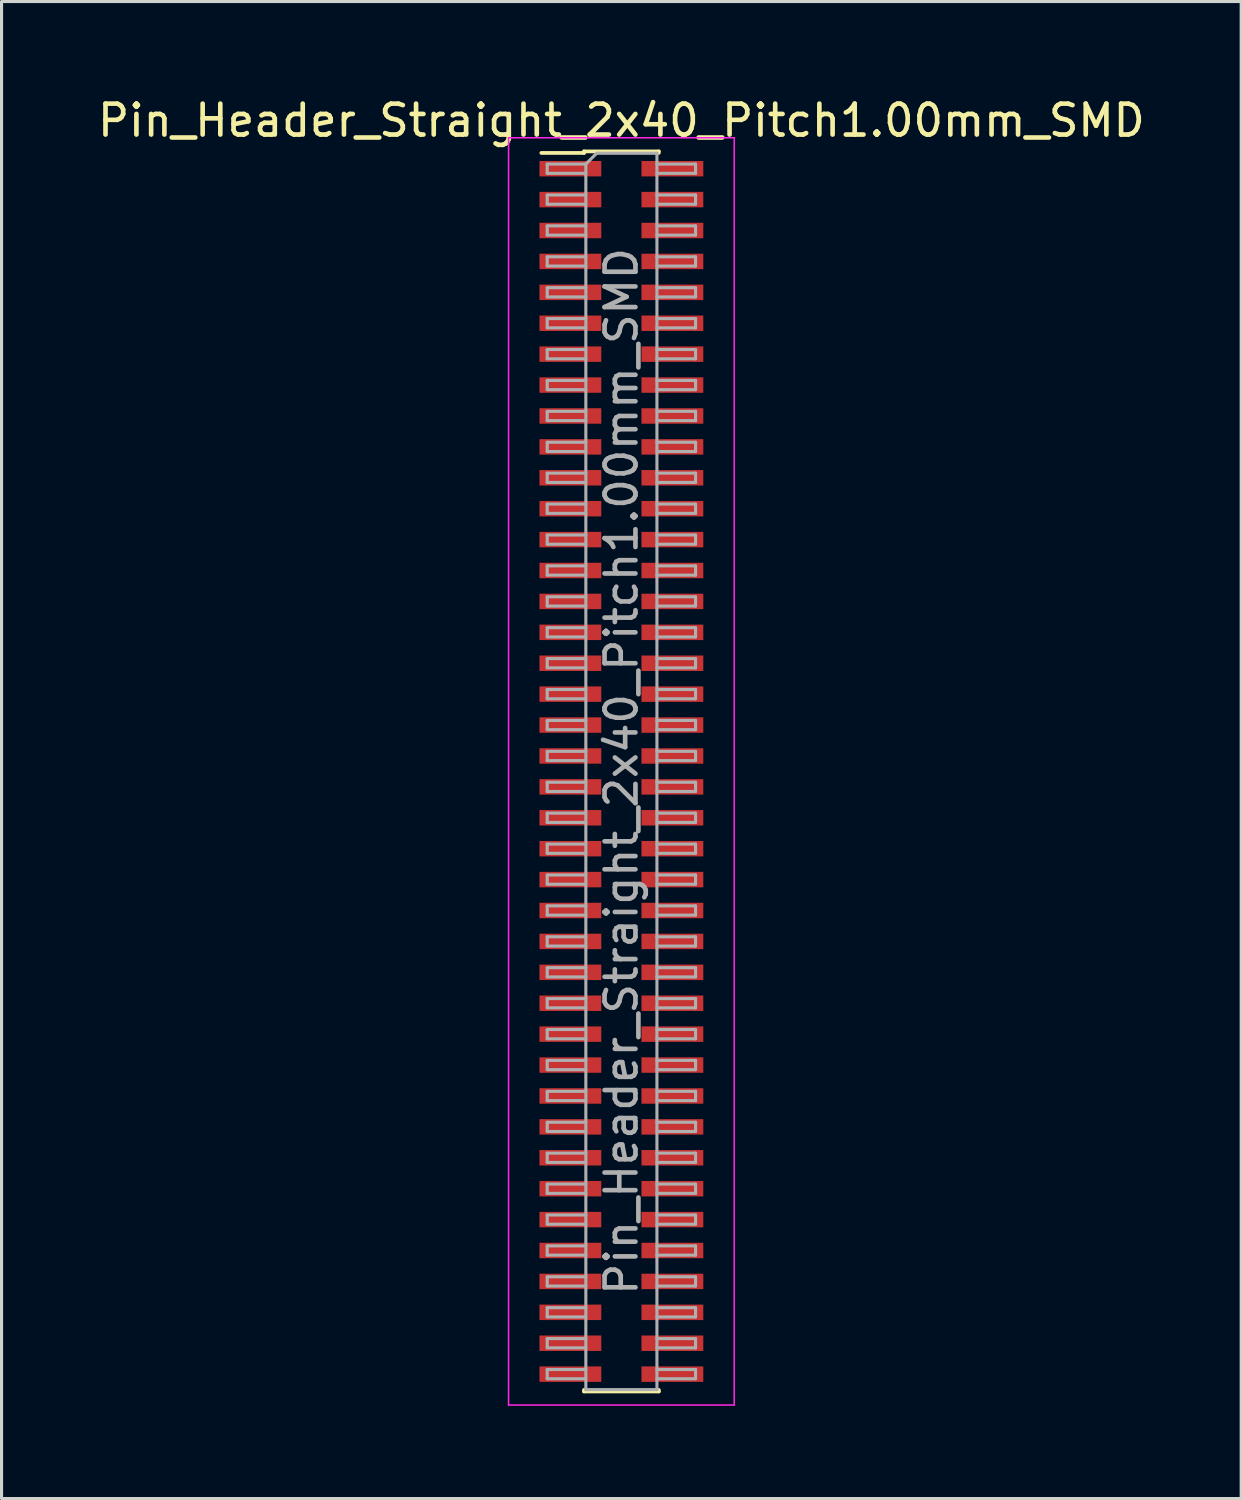
<source format=kicad_pcb>
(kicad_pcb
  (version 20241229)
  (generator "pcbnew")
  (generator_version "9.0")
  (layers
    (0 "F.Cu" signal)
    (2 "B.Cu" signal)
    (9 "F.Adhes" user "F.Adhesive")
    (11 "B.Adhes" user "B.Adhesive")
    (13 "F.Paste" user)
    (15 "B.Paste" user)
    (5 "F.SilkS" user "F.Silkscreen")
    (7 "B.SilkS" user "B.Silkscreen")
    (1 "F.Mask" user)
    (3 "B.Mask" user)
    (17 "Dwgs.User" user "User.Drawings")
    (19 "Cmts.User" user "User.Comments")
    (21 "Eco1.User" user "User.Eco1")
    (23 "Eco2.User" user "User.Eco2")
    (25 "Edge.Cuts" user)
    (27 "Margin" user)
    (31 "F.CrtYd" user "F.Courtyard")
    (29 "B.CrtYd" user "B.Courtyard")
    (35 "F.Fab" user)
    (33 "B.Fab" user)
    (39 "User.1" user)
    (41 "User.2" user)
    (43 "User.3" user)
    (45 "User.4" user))
  (footprint "Pin_Header_Straight_2x40_Pitch1.00mm_SMD"
    (layer "F.Cu")
    (at 17.054 21.908)
    (property "Reference" "Pin_Header_Straight_2x40_Pitch1.00mm_SMD" (at 0 -21.06 0) (layer "F.SilkS") (effects (font (size 1 1) (thickness 0.15))))
    (attr smd)
    (fp_line (start -2.59 -20.01) (end -1.21 -20.01) (stroke (width 0.12) (type solid)) (layer "F.SilkS"))
    (fp_line (start -1.21 -20.06) (end -1.21 -20.01) (stroke (width 0.12) (type solid)) (layer "F.SilkS"))
    (fp_line (start -1.21 -20.06) (end 1.21 -20.06) (stroke (width 0.12) (type solid)) (layer "F.SilkS"))
    (fp_line (start -1.21 20.01) (end -1.21 20.06) (stroke (width 0.12) (type solid)) (layer "F.SilkS"))
    (fp_line (start -1.21 20.06) (end 1.21 20.06) (stroke (width 0.12) (type solid)) (layer "F.SilkS"))
    (fp_line (start 1.21 -20.06) (end 1.21 -20.01) (stroke (width 0.12) (type solid)) (layer "F.SilkS"))
    (fp_line (start 1.21 20.01) (end 1.21 20.06) (stroke (width 0.12) (type solid)) (layer "F.SilkS"))
    (fp_line (start -3.65 -20.5) (end -3.65 20.5) (stroke (width 0.05) (type solid)) (layer "F.CrtYd"))
    (fp_line (start -3.65 20.5) (end 3.65 20.5) (stroke (width 0.05) (type solid)) (layer "F.CrtYd"))
    (fp_line (start 3.65 -20.5) (end -3.65 -20.5) (stroke (width 0.05) (type solid)) (layer "F.CrtYd"))
    (fp_line (start 3.65 20.5) (end 3.65 -20.5) (stroke (width 0.05) (type solid)) (layer "F.CrtYd"))
    (fp_line (start -2.4 -19.65) (end -2.4 -19.35) (stroke (width 0.1) (type solid)) (layer "F.Fab"))
    (fp_line (start -2.4 -19.35) (end -1.15 -19.35) (stroke (width 0.1) (type solid)) (layer "F.Fab"))
    (fp_line (start -2.4 -18.65) (end -2.4 -18.35) (stroke (width 0.1) (type solid)) (layer "F.Fab"))
    (fp_line (start -2.4 -18.35) (end -1.15 -18.35) (stroke (width 0.1) (type solid)) (layer "F.Fab"))
    (fp_line (start -2.4 -17.65) (end -2.4 -17.35) (stroke (width 0.1) (type solid)) (layer "F.Fab"))
    (fp_line (start -2.4 -17.35) (end -1.15 -17.35) (stroke (width 0.1) (type solid)) (layer "F.Fab"))
    (fp_line (start -2.4 -16.65) (end -2.4 -16.35) (stroke (width 0.1) (type solid)) (layer "F.Fab"))
    (fp_line (start -2.4 -16.35) (end -1.15 -16.35) (stroke (width 0.1) (type solid)) (layer "F.Fab"))
    (fp_line (start -2.4 -15.65) (end -2.4 -15.35) (stroke (width 0.1) (type solid)) (layer "F.Fab"))
    (fp_line (start -2.4 -15.35) (end -1.15 -15.35) (stroke (width 0.1) (type solid)) (layer "F.Fab"))
    (fp_line (start -2.4 -14.65) (end -2.4 -14.35) (stroke (width 0.1) (type solid)) (layer "F.Fab"))
    (fp_line (start -2.4 -14.35) (end -1.15 -14.35) (stroke (width 0.1) (type solid)) (layer "F.Fab"))
    (fp_line (start -2.4 -13.65) (end -2.4 -13.35) (stroke (width 0.1) (type solid)) (layer "F.Fab"))
    (fp_line (start -2.4 -13.35) (end -1.15 -13.35) (stroke (width 0.1) (type solid)) (layer "F.Fab"))
    (fp_line (start -2.4 -12.65) (end -2.4 -12.35) (stroke (width 0.1) (type solid)) (layer "F.Fab"))
    (fp_line (start -2.4 -12.35) (end -1.15 -12.35) (stroke (width 0.1) (type solid)) (layer "F.Fab"))
    (fp_line (start -2.4 -11.65) (end -2.4 -11.35) (stroke (width 0.1) (type solid)) (layer "F.Fab"))
    (fp_line (start -2.4 -11.35) (end -1.15 -11.35) (stroke (width 0.1) (type solid)) (layer "F.Fab"))
    (fp_line (start -2.4 -10.65) (end -2.4 -10.35) (stroke (width 0.1) (type solid)) (layer "F.Fab"))
    (fp_line (start -2.4 -10.35) (end -1.15 -10.35) (stroke (width 0.1) (type solid)) (layer "F.Fab"))
    (fp_line (start -2.4 -9.65) (end -2.4 -9.35) (stroke (width 0.1) (type solid)) (layer "F.Fab"))
    (fp_line (start -2.4 -9.35) (end -1.15 -9.35) (stroke (width 0.1) (type solid)) (layer "F.Fab"))
    (fp_line (start -2.4 -8.65) (end -2.4 -8.35) (stroke (width 0.1) (type solid)) (layer "F.Fab"))
    (fp_line (start -2.4 -8.35) (end -1.15 -8.35) (stroke (width 0.1) (type solid)) (layer "F.Fab"))
    (fp_line (start -2.4 -7.65) (end -2.4 -7.35) (stroke (width 0.1) (type solid)) (layer "F.Fab"))
    (fp_line (start -2.4 -7.35) (end -1.15 -7.35) (stroke (width 0.1) (type solid)) (layer "F.Fab"))
    (fp_line (start -2.4 -6.65) (end -2.4 -6.35) (stroke (width 0.1) (type solid)) (layer "F.Fab"))
    (fp_line (start -2.4 -6.35) (end -1.15 -6.35) (stroke (width 0.1) (type solid)) (layer "F.Fab"))
    (fp_line (start -2.4 -5.65) (end -2.4 -5.35) (stroke (width 0.1) (type solid)) (layer "F.Fab"))
    (fp_line (start -2.4 -5.35) (end -1.15 -5.35) (stroke (width 0.1) (type solid)) (layer "F.Fab"))
    (fp_line (start -2.4 -4.65) (end -2.4 -4.35) (stroke (width 0.1) (type solid)) (layer "F.Fab"))
    (fp_line (start -2.4 -4.35) (end -1.15 -4.35) (stroke (width 0.1) (type solid)) (layer "F.Fab"))
    (fp_line (start -2.4 -3.65) (end -2.4 -3.35) (stroke (width 0.1) (type solid)) (layer "F.Fab"))
    (fp_line (start -2.4 -3.35) (end -1.15 -3.35) (stroke (width 0.1) (type solid)) (layer "F.Fab"))
    (fp_line (start -2.4 -2.65) (end -2.4 -2.35) (stroke (width 0.1) (type solid)) (layer "F.Fab"))
    (fp_line (start -2.4 -2.35) (end -1.15 -2.35) (stroke (width 0.1) (type solid)) (layer "F.Fab"))
    (fp_line (start -2.4 -1.65) (end -2.4 -1.35) (stroke (width 0.1) (type solid)) (layer "F.Fab"))
    (fp_line (start -2.4 -1.35) (end -1.15 -1.35) (stroke (width 0.1) (type solid)) (layer "F.Fab"))
    (fp_line (start -2.4 -0.65) (end -2.4 -0.35) (stroke (width 0.1) (type solid)) (layer "F.Fab"))
    (fp_line (start -2.4 -0.35) (end -1.15 -0.35) (stroke (width 0.1) (type solid)) (layer "F.Fab"))
    (fp_line (start -2.4 0.35) (end -2.4 0.65) (stroke (width 0.1) (type solid)) (layer "F.Fab"))
    (fp_line (start -2.4 0.65) (end -1.15 0.65) (stroke (width 0.1) (type solid)) (layer "F.Fab"))
    (fp_line (start -2.4 1.35) (end -2.4 1.65) (stroke (width 0.1) (type solid)) (layer "F.Fab"))
    (fp_line (start -2.4 1.65) (end -1.15 1.65) (stroke (width 0.1) (type solid)) (layer "F.Fab"))
    (fp_line (start -2.4 2.35) (end -2.4 2.65) (stroke (width 0.1) (type solid)) (layer "F.Fab"))
    (fp_line (start -2.4 2.65) (end -1.15 2.65) (stroke (width 0.1) (type solid)) (layer "F.Fab"))
    (fp_line (start -2.4 3.35) (end -2.4 3.65) (stroke (width 0.1) (type solid)) (layer "F.Fab"))
    (fp_line (start -2.4 3.65) (end -1.15 3.65) (stroke (width 0.1) (type solid)) (layer "F.Fab"))
    (fp_line (start -2.4 4.35) (end -2.4 4.65) (stroke (width 0.1) (type solid)) (layer "F.Fab"))
    (fp_line (start -2.4 4.65) (end -1.15 4.65) (stroke (width 0.1) (type solid)) (layer "F.Fab"))
    (fp_line (start -2.4 5.35) (end -2.4 5.65) (stroke (width 0.1) (type solid)) (layer "F.Fab"))
    (fp_line (start -2.4 5.65) (end -1.15 5.65) (stroke (width 0.1) (type solid)) (layer "F.Fab"))
    (fp_line (start -2.4 6.35) (end -2.4 6.65) (stroke (width 0.1) (type solid)) (layer "F.Fab"))
    (fp_line (start -2.4 6.65) (end -1.15 6.65) (stroke (width 0.1) (type solid)) (layer "F.Fab"))
    (fp_line (start -2.4 7.35) (end -2.4 7.65) (stroke (width 0.1) (type solid)) (layer "F.Fab"))
    (fp_line (start -2.4 7.65) (end -1.15 7.65) (stroke (width 0.1) (type solid)) (layer "F.Fab"))
    (fp_line (start -2.4 8.35) (end -2.4 8.65) (stroke (width 0.1) (type solid)) (layer "F.Fab"))
    (fp_line (start -2.4 8.65) (end -1.15 8.65) (stroke (width 0.1) (type solid)) (layer "F.Fab"))
    (fp_line (start -2.4 9.35) (end -2.4 9.65) (stroke (width 0.1) (type solid)) (layer "F.Fab"))
    (fp_line (start -2.4 9.65) (end -1.15 9.65) (stroke (width 0.1) (type solid)) (layer "F.Fab"))
    (fp_line (start -2.4 10.35) (end -2.4 10.65) (stroke (width 0.1) (type solid)) (layer "F.Fab"))
    (fp_line (start -2.4 10.65) (end -1.15 10.65) (stroke (width 0.1) (type solid)) (layer "F.Fab"))
    (fp_line (start -2.4 11.35) (end -2.4 11.65) (stroke (width 0.1) (type solid)) (layer "F.Fab"))
    (fp_line (start -2.4 11.65) (end -1.15 11.65) (stroke (width 0.1) (type solid)) (layer "F.Fab"))
    (fp_line (start -2.4 12.35) (end -2.4 12.65) (stroke (width 0.1) (type solid)) (layer "F.Fab"))
    (fp_line (start -2.4 12.65) (end -1.15 12.65) (stroke (width 0.1) (type solid)) (layer "F.Fab"))
    (fp_line (start -2.4 13.35) (end -2.4 13.65) (stroke (width 0.1) (type solid)) (layer "F.Fab"))
    (fp_line (start -2.4 13.65) (end -1.15 13.65) (stroke (width 0.1) (type solid)) (layer "F.Fab"))
    (fp_line (start -2.4 14.35) (end -2.4 14.65) (stroke (width 0.1) (type solid)) (layer "F.Fab"))
    (fp_line (start -2.4 14.65) (end -1.15 14.65) (stroke (width 0.1) (type solid)) (layer "F.Fab"))
    (fp_line (start -2.4 15.35) (end -2.4 15.65) (stroke (width 0.1) (type solid)) (layer "F.Fab"))
    (fp_line (start -2.4 15.65) (end -1.15 15.65) (stroke (width 0.1) (type solid)) (layer "F.Fab"))
    (fp_line (start -2.4 16.35) (end -2.4 16.65) (stroke (width 0.1) (type solid)) (layer "F.Fab"))
    (fp_line (start -2.4 16.65) (end -1.15 16.65) (stroke (width 0.1) (type solid)) (layer "F.Fab"))
    (fp_line (start -2.4 17.35) (end -2.4 17.65) (stroke (width 0.1) (type solid)) (layer "F.Fab"))
    (fp_line (start -2.4 17.65) (end -1.15 17.65) (stroke (width 0.1) (type solid)) (layer "F.Fab"))
    (fp_line (start -2.4 18.35) (end -2.4 18.65) (stroke (width 0.1) (type solid)) (layer "F.Fab"))
    (fp_line (start -2.4 18.65) (end -1.15 18.65) (stroke (width 0.1) (type solid)) (layer "F.Fab"))
    (fp_line (start -2.4 19.35) (end -2.4 19.65) (stroke (width 0.1) (type solid)) (layer "F.Fab"))
    (fp_line (start -2.4 19.65) (end -1.15 19.65) (stroke (width 0.1) (type solid)) (layer "F.Fab"))
    (fp_line (start -1.15 -19.65) (end -2.4 -19.65) (stroke (width 0.1) (type solid)) (layer "F.Fab"))
    (fp_line (start -1.15 -19.65) (end -0.8 -20) (stroke (width 0.1) (type solid)) (layer "F.Fab"))
    (fp_line (start -1.15 -18.65) (end -2.4 -18.65) (stroke (width 0.1) (type solid)) (layer "F.Fab"))
    (fp_line (start -1.15 -17.65) (end -2.4 -17.65) (stroke (width 0.1) (type solid)) (layer "F.Fab"))
    (fp_line (start -1.15 -16.65) (end -2.4 -16.65) (stroke (width 0.1) (type solid)) (layer "F.Fab"))
    (fp_line (start -1.15 -15.65) (end -2.4 -15.65) (stroke (width 0.1) (type solid)) (layer "F.Fab"))
    (fp_line (start -1.15 -14.65) (end -2.4 -14.65) (stroke (width 0.1) (type solid)) (layer "F.Fab"))
    (fp_line (start -1.15 -13.65) (end -2.4 -13.65) (stroke (width 0.1) (type solid)) (layer "F.Fab"))
    (fp_line (start -1.15 -12.65) (end -2.4 -12.65) (stroke (width 0.1) (type solid)) (layer "F.Fab"))
    (fp_line (start -1.15 -11.65) (end -2.4 -11.65) (stroke (width 0.1) (type solid)) (layer "F.Fab"))
    (fp_line (start -1.15 -10.65) (end -2.4 -10.65) (stroke (width 0.1) (type solid)) (layer "F.Fab"))
    (fp_line (start -1.15 -9.65) (end -2.4 -9.65) (stroke (width 0.1) (type solid)) (layer "F.Fab"))
    (fp_line (start -1.15 -8.65) (end -2.4 -8.65) (stroke (width 0.1) (type solid)) (layer "F.Fab"))
    (fp_line (start -1.15 -7.65) (end -2.4 -7.65) (stroke (width 0.1) (type solid)) (layer "F.Fab"))
    (fp_line (start -1.15 -6.65) (end -2.4 -6.65) (stroke (width 0.1) (type solid)) (layer "F.Fab"))
    (fp_line (start -1.15 -5.65) (end -2.4 -5.65) (stroke (width 0.1) (type solid)) (layer "F.Fab"))
    (fp_line (start -1.15 -4.65) (end -2.4 -4.65) (stroke (width 0.1) (type solid)) (layer "F.Fab"))
    (fp_line (start -1.15 -3.65) (end -2.4 -3.65) (stroke (width 0.1) (type solid)) (layer "F.Fab"))
    (fp_line (start -1.15 -2.65) (end -2.4 -2.65) (stroke (width 0.1) (type solid)) (layer "F.Fab"))
    (fp_line (start -1.15 -1.65) (end -2.4 -1.65) (stroke (width 0.1) (type solid)) (layer "F.Fab"))
    (fp_line (start -1.15 -0.65) (end -2.4 -0.65) (stroke (width 0.1) (type solid)) (layer "F.Fab"))
    (fp_line (start -1.15 0.35) (end -2.4 0.35) (stroke (width 0.1) (type solid)) (layer "F.Fab"))
    (fp_line (start -1.15 1.35) (end -2.4 1.35) (stroke (width 0.1) (type solid)) (layer "F.Fab"))
    (fp_line (start -1.15 2.35) (end -2.4 2.35) (stroke (width 0.1) (type solid)) (layer "F.Fab"))
    (fp_line (start -1.15 3.35) (end -2.4 3.35) (stroke (width 0.1) (type solid)) (layer "F.Fab"))
    (fp_line (start -1.15 4.35) (end -2.4 4.35) (stroke (width 0.1) (type solid)) (layer "F.Fab"))
    (fp_line (start -1.15 5.35) (end -2.4 5.35) (stroke (width 0.1) (type solid)) (layer "F.Fab"))
    (fp_line (start -1.15 6.35) (end -2.4 6.35) (stroke (width 0.1) (type solid)) (layer "F.Fab"))
    (fp_line (start -1.15 7.35) (end -2.4 7.35) (stroke (width 0.1) (type solid)) (layer "F.Fab"))
    (fp_line (start -1.15 8.35) (end -2.4 8.35) (stroke (width 0.1) (type solid)) (layer "F.Fab"))
    (fp_line (start -1.15 9.35) (end -2.4 9.35) (stroke (width 0.1) (type solid)) (layer "F.Fab"))
    (fp_line (start -1.15 10.35) (end -2.4 10.35) (stroke (width 0.1) (type solid)) (layer "F.Fab"))
    (fp_line (start -1.15 11.35) (end -2.4 11.35) (stroke (width 0.1) (type solid)) (layer "F.Fab"))
    (fp_line (start -1.15 12.35) (end -2.4 12.35) (stroke (width 0.1) (type solid)) (layer "F.Fab"))
    (fp_line (start -1.15 13.35) (end -2.4 13.35) (stroke (width 0.1) (type solid)) (layer "F.Fab"))
    (fp_line (start -1.15 14.35) (end -2.4 14.35) (stroke (width 0.1) (type solid)) (layer "F.Fab"))
    (fp_line (start -1.15 15.35) (end -2.4 15.35) (stroke (width 0.1) (type solid)) (layer "F.Fab"))
    (fp_line (start -1.15 16.35) (end -2.4 16.35) (stroke (width 0.1) (type solid)) (layer "F.Fab"))
    (fp_line (start -1.15 17.35) (end -2.4 17.35) (stroke (width 0.1) (type solid)) (layer "F.Fab"))
    (fp_line (start -1.15 18.35) (end -2.4 18.35) (stroke (width 0.1) (type solid)) (layer "F.Fab"))
    (fp_line (start -1.15 19.35) (end -2.4 19.35) (stroke (width 0.1) (type solid)) (layer "F.Fab"))
    (fp_line (start -1.15 20) (end -1.15 -19.65) (stroke (width 0.1) (type solid)) (layer "F.Fab"))
    (fp_line (start -0.8 -20) (end 1.15 -20) (stroke (width 0.1) (type solid)) (layer "F.Fab"))
    (fp_line (start 1.15 -20) (end 1.15 20) (stroke (width 0.1) (type solid)) (layer "F.Fab"))
    (fp_line (start 1.15 -19.65) (end 2.4 -19.65) (stroke (width 0.1) (type solid)) (layer "F.Fab"))
    (fp_line (start 1.15 -18.65) (end 2.4 -18.65) (stroke (width 0.1) (type solid)) (layer "F.Fab"))
    (fp_line (start 1.15 -17.65) (end 2.4 -17.65) (stroke (width 0.1) (type solid)) (layer "F.Fab"))
    (fp_line (start 1.15 -16.65) (end 2.4 -16.65) (stroke (width 0.1) (type solid)) (layer "F.Fab"))
    (fp_line (start 1.15 -15.65) (end 2.4 -15.65) (stroke (width 0.1) (type solid)) (layer "F.Fab"))
    (fp_line (start 1.15 -14.65) (end 2.4 -14.65) (stroke (width 0.1) (type solid)) (layer "F.Fab"))
    (fp_line (start 1.15 -13.65) (end 2.4 -13.65) (stroke (width 0.1) (type solid)) (layer "F.Fab"))
    (fp_line (start 1.15 -12.65) (end 2.4 -12.65) (stroke (width 0.1) (type solid)) (layer "F.Fab"))
    (fp_line (start 1.15 -11.65) (end 2.4 -11.65) (stroke (width 0.1) (type solid)) (layer "F.Fab"))
    (fp_line (start 1.15 -10.65) (end 2.4 -10.65) (stroke (width 0.1) (type solid)) (layer "F.Fab"))
    (fp_line (start 1.15 -9.65) (end 2.4 -9.65) (stroke (width 0.1) (type solid)) (layer "F.Fab"))
    (fp_line (start 1.15 -8.65) (end 2.4 -8.65) (stroke (width 0.1) (type solid)) (layer "F.Fab"))
    (fp_line (start 1.15 -7.65) (end 2.4 -7.65) (stroke (width 0.1) (type solid)) (layer "F.Fab"))
    (fp_line (start 1.15 -6.65) (end 2.4 -6.65) (stroke (width 0.1) (type solid)) (layer "F.Fab"))
    (fp_line (start 1.15 -5.65) (end 2.4 -5.65) (stroke (width 0.1) (type solid)) (layer "F.Fab"))
    (fp_line (start 1.15 -4.65) (end 2.4 -4.65) (stroke (width 0.1) (type solid)) (layer "F.Fab"))
    (fp_line (start 1.15 -3.65) (end 2.4 -3.65) (stroke (width 0.1) (type solid)) (layer "F.Fab"))
    (fp_line (start 1.15 -2.65) (end 2.4 -2.65) (stroke (width 0.1) (type solid)) (layer "F.Fab"))
    (fp_line (start 1.15 -1.65) (end 2.4 -1.65) (stroke (width 0.1) (type solid)) (layer "F.Fab"))
    (fp_line (start 1.15 -0.65) (end 2.4 -0.65) (stroke (width 0.1) (type solid)) (layer "F.Fab"))
    (fp_line (start 1.15 0.35) (end 2.4 0.35) (stroke (width 0.1) (type solid)) (layer "F.Fab"))
    (fp_line (start 1.15 1.35) (end 2.4 1.35) (stroke (width 0.1) (type solid)) (layer "F.Fab"))
    (fp_line (start 1.15 2.35) (end 2.4 2.35) (stroke (width 0.1) (type solid)) (layer "F.Fab"))
    (fp_line (start 1.15 3.35) (end 2.4 3.35) (stroke (width 0.1) (type solid)) (layer "F.Fab"))
    (fp_line (start 1.15 4.35) (end 2.4 4.35) (stroke (width 0.1) (type solid)) (layer "F.Fab"))
    (fp_line (start 1.15 5.35) (end 2.4 5.35) (stroke (width 0.1) (type solid)) (layer "F.Fab"))
    (fp_line (start 1.15 6.35) (end 2.4 6.35) (stroke (width 0.1) (type solid)) (layer "F.Fab"))
    (fp_line (start 1.15 7.35) (end 2.4 7.35) (stroke (width 0.1) (type solid)) (layer "F.Fab"))
    (fp_line (start 1.15 8.35) (end 2.4 8.35) (stroke (width 0.1) (type solid)) (layer "F.Fab"))
    (fp_line (start 1.15 9.35) (end 2.4 9.35) (stroke (width 0.1) (type solid)) (layer "F.Fab"))
    (fp_line (start 1.15 10.35) (end 2.4 10.35) (stroke (width 0.1) (type solid)) (layer "F.Fab"))
    (fp_line (start 1.15 11.35) (end 2.4 11.35) (stroke (width 0.1) (type solid)) (layer "F.Fab"))
    (fp_line (start 1.15 12.35) (end 2.4 12.35) (stroke (width 0.1) (type solid)) (layer "F.Fab"))
    (fp_line (start 1.15 13.35) (end 2.4 13.35) (stroke (width 0.1) (type solid)) (layer "F.Fab"))
    (fp_line (start 1.15 14.35) (end 2.4 14.35) (stroke (width 0.1) (type solid)) (layer "F.Fab"))
    (fp_line (start 1.15 15.35) (end 2.4 15.35) (stroke (width 0.1) (type solid)) (layer "F.Fab"))
    (fp_line (start 1.15 16.35) (end 2.4 16.35) (stroke (width 0.1) (type solid)) (layer "F.Fab"))
    (fp_line (start 1.15 17.35) (end 2.4 17.35) (stroke (width 0.1) (type solid)) (layer "F.Fab"))
    (fp_line (start 1.15 18.35) (end 2.4 18.35) (stroke (width 0.1) (type solid)) (layer "F.Fab"))
    (fp_line (start 1.15 19.35) (end 2.4 19.35) (stroke (width 0.1) (type solid)) (layer "F.Fab"))
    (fp_line (start 1.15 20) (end -1.15 20) (stroke (width 0.1) (type solid)) (layer "F.Fab"))
    (fp_line (start 2.4 -19.65) (end 2.4 -19.35) (stroke (width 0.1) (type solid)) (layer "F.Fab"))
    (fp_line (start 2.4 -19.35) (end 1.15 -19.35) (stroke (width 0.1) (type solid)) (layer "F.Fab"))
    (fp_line (start 2.4 -18.65) (end 2.4 -18.35) (stroke (width 0.1) (type solid)) (layer "F.Fab"))
    (fp_line (start 2.4 -18.35) (end 1.15 -18.35) (stroke (width 0.1) (type solid)) (layer "F.Fab"))
    (fp_line (start 2.4 -17.65) (end 2.4 -17.35) (stroke (width 0.1) (type solid)) (layer "F.Fab"))
    (fp_line (start 2.4 -17.35) (end 1.15 -17.35) (stroke (width 0.1) (type solid)) (layer "F.Fab"))
    (fp_line (start 2.4 -16.65) (end 2.4 -16.35) (stroke (width 0.1) (type solid)) (layer "F.Fab"))
    (fp_line (start 2.4 -16.35) (end 1.15 -16.35) (stroke (width 0.1) (type solid)) (layer "F.Fab"))
    (fp_line (start 2.4 -15.65) (end 2.4 -15.35) (stroke (width 0.1) (type solid)) (layer "F.Fab"))
    (fp_line (start 2.4 -15.35) (end 1.15 -15.35) (stroke (width 0.1) (type solid)) (layer "F.Fab"))
    (fp_line (start 2.4 -14.65) (end 2.4 -14.35) (stroke (width 0.1) (type solid)) (layer "F.Fab"))
    (fp_line (start 2.4 -14.35) (end 1.15 -14.35) (stroke (width 0.1) (type solid)) (layer "F.Fab"))
    (fp_line (start 2.4 -13.65) (end 2.4 -13.35) (stroke (width 0.1) (type solid)) (layer "F.Fab"))
    (fp_line (start 2.4 -13.35) (end 1.15 -13.35) (stroke (width 0.1) (type solid)) (layer "F.Fab"))
    (fp_line (start 2.4 -12.65) (end 2.4 -12.35) (stroke (width 0.1) (type solid)) (layer "F.Fab"))
    (fp_line (start 2.4 -12.35) (end 1.15 -12.35) (stroke (width 0.1) (type solid)) (layer "F.Fab"))
    (fp_line (start 2.4 -11.65) (end 2.4 -11.35) (stroke (width 0.1) (type solid)) (layer "F.Fab"))
    (fp_line (start 2.4 -11.35) (end 1.15 -11.35) (stroke (width 0.1) (type solid)) (layer "F.Fab"))
    (fp_line (start 2.4 -10.65) (end 2.4 -10.35) (stroke (width 0.1) (type solid)) (layer "F.Fab"))
    (fp_line (start 2.4 -10.35) (end 1.15 -10.35) (stroke (width 0.1) (type solid)) (layer "F.Fab"))
    (fp_line (start 2.4 -9.65) (end 2.4 -9.35) (stroke (width 0.1) (type solid)) (layer "F.Fab"))
    (fp_line (start 2.4 -9.35) (end 1.15 -9.35) (stroke (width 0.1) (type solid)) (layer "F.Fab"))
    (fp_line (start 2.4 -8.65) (end 2.4 -8.35) (stroke (width 0.1) (type solid)) (layer "F.Fab"))
    (fp_line (start 2.4 -8.35) (end 1.15 -8.35) (stroke (width 0.1) (type solid)) (layer "F.Fab"))
    (fp_line (start 2.4 -7.65) (end 2.4 -7.35) (stroke (width 0.1) (type solid)) (layer "F.Fab"))
    (fp_line (start 2.4 -7.35) (end 1.15 -7.35) (stroke (width 0.1) (type solid)) (layer "F.Fab"))
    (fp_line (start 2.4 -6.65) (end 2.4 -6.35) (stroke (width 0.1) (type solid)) (layer "F.Fab"))
    (fp_line (start 2.4 -6.35) (end 1.15 -6.35) (stroke (width 0.1) (type solid)) (layer "F.Fab"))
    (fp_line (start 2.4 -5.65) (end 2.4 -5.35) (stroke (width 0.1) (type solid)) (layer "F.Fab"))
    (fp_line (start 2.4 -5.35) (end 1.15 -5.35) (stroke (width 0.1) (type solid)) (layer "F.Fab"))
    (fp_line (start 2.4 -4.65) (end 2.4 -4.35) (stroke (width 0.1) (type solid)) (layer "F.Fab"))
    (fp_line (start 2.4 -4.35) (end 1.15 -4.35) (stroke (width 0.1) (type solid)) (layer "F.Fab"))
    (fp_line (start 2.4 -3.65) (end 2.4 -3.35) (stroke (width 0.1) (type solid)) (layer "F.Fab"))
    (fp_line (start 2.4 -3.35) (end 1.15 -3.35) (stroke (width 0.1) (type solid)) (layer "F.Fab"))
    (fp_line (start 2.4 -2.65) (end 2.4 -2.35) (stroke (width 0.1) (type solid)) (layer "F.Fab"))
    (fp_line (start 2.4 -2.35) (end 1.15 -2.35) (stroke (width 0.1) (type solid)) (layer "F.Fab"))
    (fp_line (start 2.4 -1.65) (end 2.4 -1.35) (stroke (width 0.1) (type solid)) (layer "F.Fab"))
    (fp_line (start 2.4 -1.35) (end 1.15 -1.35) (stroke (width 0.1) (type solid)) (layer "F.Fab"))
    (fp_line (start 2.4 -0.65) (end 2.4 -0.35) (stroke (width 0.1) (type solid)) (layer "F.Fab"))
    (fp_line (start 2.4 -0.35) (end 1.15 -0.35) (stroke (width 0.1) (type solid)) (layer "F.Fab"))
    (fp_line (start 2.4 0.35) (end 2.4 0.65) (stroke (width 0.1) (type solid)) (layer "F.Fab"))
    (fp_line (start 2.4 0.65) (end 1.15 0.65) (stroke (width 0.1) (type solid)) (layer "F.Fab"))
    (fp_line (start 2.4 1.35) (end 2.4 1.65) (stroke (width 0.1) (type solid)) (layer "F.Fab"))
    (fp_line (start 2.4 1.65) (end 1.15 1.65) (stroke (width 0.1) (type solid)) (layer "F.Fab"))
    (fp_line (start 2.4 2.35) (end 2.4 2.65) (stroke (width 0.1) (type solid)) (layer "F.Fab"))
    (fp_line (start 2.4 2.65) (end 1.15 2.65) (stroke (width 0.1) (type solid)) (layer "F.Fab"))
    (fp_line (start 2.4 3.35) (end 2.4 3.65) (stroke (width 0.1) (type solid)) (layer "F.Fab"))
    (fp_line (start 2.4 3.65) (end 1.15 3.65) (stroke (width 0.1) (type solid)) (layer "F.Fab"))
    (fp_line (start 2.4 4.35) (end 2.4 4.65) (stroke (width 0.1) (type solid)) (layer "F.Fab"))
    (fp_line (start 2.4 4.65) (end 1.15 4.65) (stroke (width 0.1) (type solid)) (layer "F.Fab"))
    (fp_line (start 2.4 5.35) (end 2.4 5.65) (stroke (width 0.1) (type solid)) (layer "F.Fab"))
    (fp_line (start 2.4 5.65) (end 1.15 5.65) (stroke (width 0.1) (type solid)) (layer "F.Fab"))
    (fp_line (start 2.4 6.35) (end 2.4 6.65) (stroke (width 0.1) (type solid)) (layer "F.Fab"))
    (fp_line (start 2.4 6.65) (end 1.15 6.65) (stroke (width 0.1) (type solid)) (layer "F.Fab"))
    (fp_line (start 2.4 7.35) (end 2.4 7.65) (stroke (width 0.1) (type solid)) (layer "F.Fab"))
    (fp_line (start 2.4 7.65) (end 1.15 7.65) (stroke (width 0.1) (type solid)) (layer "F.Fab"))
    (fp_line (start 2.4 8.35) (end 2.4 8.65) (stroke (width 0.1) (type solid)) (layer "F.Fab"))
    (fp_line (start 2.4 8.65) (end 1.15 8.65) (stroke (width 0.1) (type solid)) (layer "F.Fab"))
    (fp_line (start 2.4 9.35) (end 2.4 9.65) (stroke (width 0.1) (type solid)) (layer "F.Fab"))
    (fp_line (start 2.4 9.65) (end 1.15 9.65) (stroke (width 0.1) (type solid)) (layer "F.Fab"))
    (fp_line (start 2.4 10.35) (end 2.4 10.65) (stroke (width 0.1) (type solid)) (layer "F.Fab"))
    (fp_line (start 2.4 10.65) (end 1.15 10.65) (stroke (width 0.1) (type solid)) (layer "F.Fab"))
    (fp_line (start 2.4 11.35) (end 2.4 11.65) (stroke (width 0.1) (type solid)) (layer "F.Fab"))
    (fp_line (start 2.4 11.65) (end 1.15 11.65) (stroke (width 0.1) (type solid)) (layer "F.Fab"))
    (fp_line (start 2.4 12.35) (end 2.4 12.65) (stroke (width 0.1) (type solid)) (layer "F.Fab"))
    (fp_line (start 2.4 12.65) (end 1.15 12.65) (stroke (width 0.1) (type solid)) (layer "F.Fab"))
    (fp_line (start 2.4 13.35) (end 2.4 13.65) (stroke (width 0.1) (type solid)) (layer "F.Fab"))
    (fp_line (start 2.4 13.65) (end 1.15 13.65) (stroke (width 0.1) (type solid)) (layer "F.Fab"))
    (fp_line (start 2.4 14.35) (end 2.4 14.65) (stroke (width 0.1) (type solid)) (layer "F.Fab"))
    (fp_line (start 2.4 14.65) (end 1.15 14.65) (stroke (width 0.1) (type solid)) (layer "F.Fab"))
    (fp_line (start 2.4 15.35) (end 2.4 15.65) (stroke (width 0.1) (type solid)) (layer "F.Fab"))
    (fp_line (start 2.4 15.65) (end 1.15 15.65) (stroke (width 0.1) (type solid)) (layer "F.Fab"))
    (fp_line (start 2.4 16.35) (end 2.4 16.65) (stroke (width 0.1) (type solid)) (layer "F.Fab"))
    (fp_line (start 2.4 16.65) (end 1.15 16.65) (stroke (width 0.1) (type solid)) (layer "F.Fab"))
    (fp_line (start 2.4 17.35) (end 2.4 17.65) (stroke (width 0.1) (type solid)) (layer "F.Fab"))
    (fp_line (start 2.4 17.65) (end 1.15 17.65) (stroke (width 0.1) (type solid)) (layer "F.Fab"))
    (fp_line (start 2.4 18.35) (end 2.4 18.65) (stroke (width 0.1) (type solid)) (layer "F.Fab"))
    (fp_line (start 2.4 18.65) (end 1.15 18.65) (stroke (width 0.1) (type solid)) (layer "F.Fab"))
    (fp_line (start 2.4 19.35) (end 2.4 19.65) (stroke (width 0.1) (type solid)) (layer "F.Fab"))
    (fp_line (start 2.4 19.65) (end 1.15 19.65) (stroke (width 0.1) (type solid)) (layer "F.Fab"))
    (fp_text user "${REFERENCE}" (at 0 0 90) (layer "F.Fab") (effects (font (size 1 1) (thickness 0.15))))
    (pad "1" smd rect (at -1.65 -19.5) (size 2 0.5) (layers "F.Cu" "F.Mask" "F.Paste"))
    (pad "2" smd rect (at 1.65 -19.5) (size 2 0.5) (layers "F.Cu" "F.Mask" "F.Paste"))
    (pad "3" smd rect (at -1.65 -18.5) (size 2 0.5) (layers "F.Cu" "F.Mask" "F.Paste"))
    (pad "4" smd rect (at 1.65 -18.5) (size 2 0.5) (layers "F.Cu" "F.Mask" "F.Paste"))
    (pad "5" smd rect (at -1.65 -17.5) (size 2 0.5) (layers "F.Cu" "F.Mask" "F.Paste"))
    (pad "6" smd rect (at 1.65 -17.5) (size 2 0.5) (layers "F.Cu" "F.Mask" "F.Paste"))
    (pad "7" smd rect (at -1.65 -16.5) (size 2 0.5) (layers "F.Cu" "F.Mask" "F.Paste"))
    (pad "8" smd rect (at 1.65 -16.5) (size 2 0.5) (layers "F.Cu" "F.Mask" "F.Paste"))
    (pad "9" smd rect (at -1.65 -15.5) (size 2 0.5) (layers "F.Cu" "F.Mask" "F.Paste"))
    (pad "10" smd rect (at 1.65 -15.5) (size 2 0.5) (layers "F.Cu" "F.Mask" "F.Paste"))
    (pad "11" smd rect (at -1.65 -14.5) (size 2 0.5) (layers "F.Cu" "F.Mask" "F.Paste"))
    (pad "12" smd rect (at 1.65 -14.5) (size 2 0.5) (layers "F.Cu" "F.Mask" "F.Paste"))
    (pad "13" smd rect (at -1.65 -13.5) (size 2 0.5) (layers "F.Cu" "F.Mask" "F.Paste"))
    (pad "14" smd rect (at 1.65 -13.5) (size 2 0.5) (layers "F.Cu" "F.Mask" "F.Paste"))
    (pad "15" smd rect (at -1.65 -12.5) (size 2 0.5) (layers "F.Cu" "F.Mask" "F.Paste"))
    (pad "16" smd rect (at 1.65 -12.5) (size 2 0.5) (layers "F.Cu" "F.Mask" "F.Paste"))
    (pad "17" smd rect (at -1.65 -11.5) (size 2 0.5) (layers "F.Cu" "F.Mask" "F.Paste"))
    (pad "18" smd rect (at 1.65 -11.5) (size 2 0.5) (layers "F.Cu" "F.Mask" "F.Paste"))
    (pad "19" smd rect (at -1.65 -10.5) (size 2 0.5) (layers "F.Cu" "F.Mask" "F.Paste"))
    (pad "20" smd rect (at 1.65 -10.5) (size 2 0.5) (layers "F.Cu" "F.Mask" "F.Paste"))
    (pad "21" smd rect (at -1.65 -9.5) (size 2 0.5) (layers "F.Cu" "F.Mask" "F.Paste"))
    (pad "22" smd rect (at 1.65 -9.5) (size 2 0.5) (layers "F.Cu" "F.Mask" "F.Paste"))
    (pad "23" smd rect (at -1.65 -8.5) (size 2 0.5) (layers "F.Cu" "F.Mask" "F.Paste"))
    (pad "24" smd rect (at 1.65 -8.5) (size 2 0.5) (layers "F.Cu" "F.Mask" "F.Paste"))
    (pad "25" smd rect (at -1.65 -7.5) (size 2 0.5) (layers "F.Cu" "F.Mask" "F.Paste"))
    (pad "26" smd rect (at 1.65 -7.5) (size 2 0.5) (layers "F.Cu" "F.Mask" "F.Paste"))
    (pad "27" smd rect (at -1.65 -6.5) (size 2 0.5) (layers "F.Cu" "F.Mask" "F.Paste"))
    (pad "28" smd rect (at 1.65 -6.5) (size 2 0.5) (layers "F.Cu" "F.Mask" "F.Paste"))
    (pad "29" smd rect (at -1.65 -5.5) (size 2 0.5) (layers "F.Cu" "F.Mask" "F.Paste"))
    (pad "30" smd rect (at 1.65 -5.5) (size 2 0.5) (layers "F.Cu" "F.Mask" "F.Paste"))
    (pad "31" smd rect (at -1.65 -4.5) (size 2 0.5) (layers "F.Cu" "F.Mask" "F.Paste"))
    (pad "32" smd rect (at 1.65 -4.5) (size 2 0.5) (layers "F.Cu" "F.Mask" "F.Paste"))
    (pad "33" smd rect (at -1.65 -3.5) (size 2 0.5) (layers "F.Cu" "F.Mask" "F.Paste"))
    (pad "34" smd rect (at 1.65 -3.5) (size 2 0.5) (layers "F.Cu" "F.Mask" "F.Paste"))
    (pad "35" smd rect (at -1.65 -2.5) (size 2 0.5) (layers "F.Cu" "F.Mask" "F.Paste"))
    (pad "36" smd rect (at 1.65 -2.5) (size 2 0.5) (layers "F.Cu" "F.Mask" "F.Paste"))
    (pad "37" smd rect (at -1.65 -1.5) (size 2 0.5) (layers "F.Cu" "F.Mask" "F.Paste"))
    (pad "38" smd rect (at 1.65 -1.5) (size 2 0.5) (layers "F.Cu" "F.Mask" "F.Paste"))
    (pad "39" smd rect (at -1.65 -0.5) (size 2 0.5) (layers "F.Cu" "F.Mask" "F.Paste"))
    (pad "40" smd rect (at 1.65 -0.5) (size 2 0.5) (layers "F.Cu" "F.Mask" "F.Paste"))
    (pad "41" smd rect (at -1.65 0.5) (size 2 0.5) (layers "F.Cu" "F.Mask" "F.Paste"))
    (pad "42" smd rect (at 1.65 0.5) (size 2 0.5) (layers "F.Cu" "F.Mask" "F.Paste"))
    (pad "43" smd rect (at -1.65 1.5) (size 2 0.5) (layers "F.Cu" "F.Mask" "F.Paste"))
    (pad "44" smd rect (at 1.65 1.5) (size 2 0.5) (layers "F.Cu" "F.Mask" "F.Paste"))
    (pad "45" smd rect (at -1.65 2.5) (size 2 0.5) (layers "F.Cu" "F.Mask" "F.Paste"))
    (pad "46" smd rect (at 1.65 2.5) (size 2 0.5) (layers "F.Cu" "F.Mask" "F.Paste"))
    (pad "47" smd rect (at -1.65 3.5) (size 2 0.5) (layers "F.Cu" "F.Mask" "F.Paste"))
    (pad "48" smd rect (at 1.65 3.5) (size 2 0.5) (layers "F.Cu" "F.Mask" "F.Paste"))
    (pad "49" smd rect (at -1.65 4.5) (size 2 0.5) (layers "F.Cu" "F.Mask" "F.Paste"))
    (pad "50" smd rect (at 1.65 4.5) (size 2 0.5) (layers "F.Cu" "F.Mask" "F.Paste"))
    (pad "51" smd rect (at -1.65 5.5) (size 2 0.5) (layers "F.Cu" "F.Mask" "F.Paste"))
    (pad "52" smd rect (at 1.65 5.5) (size 2 0.5) (layers "F.Cu" "F.Mask" "F.Paste"))
    (pad "53" smd rect (at -1.65 6.5) (size 2 0.5) (layers "F.Cu" "F.Mask" "F.Paste"))
    (pad "54" smd rect (at 1.65 6.5) (size 2 0.5) (layers "F.Cu" "F.Mask" "F.Paste"))
    (pad "55" smd rect (at -1.65 7.5) (size 2 0.5) (layers "F.Cu" "F.Mask" "F.Paste"))
    (pad "56" smd rect (at 1.65 7.5) (size 2 0.5) (layers "F.Cu" "F.Mask" "F.Paste"))
    (pad "57" smd rect (at -1.65 8.5) (size 2 0.5) (layers "F.Cu" "F.Mask" "F.Paste"))
    (pad "58" smd rect (at 1.65 8.5) (size 2 0.5) (layers "F.Cu" "F.Mask" "F.Paste"))
    (pad "59" smd rect (at -1.65 9.5) (size 2 0.5) (layers "F.Cu" "F.Mask" "F.Paste"))
    (pad "60" smd rect (at 1.65 9.5) (size 2 0.5) (layers "F.Cu" "F.Mask" "F.Paste"))
    (pad "61" smd rect (at -1.65 10.5) (size 2 0.5) (layers "F.Cu" "F.Mask" "F.Paste"))
    (pad "62" smd rect (at 1.65 10.5) (size 2 0.5) (layers "F.Cu" "F.Mask" "F.Paste"))
    (pad "63" smd rect (at -1.65 11.5) (size 2 0.5) (layers "F.Cu" "F.Mask" "F.Paste"))
    (pad "64" smd rect (at 1.65 11.5) (size 2 0.5) (layers "F.Cu" "F.Mask" "F.Paste"))
    (pad "65" smd rect (at -1.65 12.5) (size 2 0.5) (layers "F.Cu" "F.Mask" "F.Paste"))
    (pad "66" smd rect (at 1.65 12.5) (size 2 0.5) (layers "F.Cu" "F.Mask" "F.Paste"))
    (pad "67" smd rect (at -1.65 13.5) (size 2 0.5) (layers "F.Cu" "F.Mask" "F.Paste"))
    (pad "68" smd rect (at 1.65 13.5) (size 2 0.5) (layers "F.Cu" "F.Mask" "F.Paste"))
    (pad "69" smd rect (at -1.65 14.5) (size 2 0.5) (layers "F.Cu" "F.Mask" "F.Paste"))
    (pad "70" smd rect (at 1.65 14.5) (size 2 0.5) (layers "F.Cu" "F.Mask" "F.Paste"))
    (pad "71" smd rect (at -1.65 15.5) (size 2 0.5) (layers "F.Cu" "F.Mask" "F.Paste"))
    (pad "72" smd rect (at 1.65 15.5) (size 2 0.5) (layers "F.Cu" "F.Mask" "F.Paste"))
    (pad "73" smd rect (at -1.65 16.5) (size 2 0.5) (layers "F.Cu" "F.Mask" "F.Paste"))
    (pad "74" smd rect (at 1.65 16.5) (size 2 0.5) (layers "F.Cu" "F.Mask" "F.Paste"))
    (pad "75" smd rect (at -1.65 17.5) (size 2 0.5) (layers "F.Cu" "F.Mask" "F.Paste"))
    (pad "76" smd rect (at 1.65 17.5) (size 2 0.5) (layers "F.Cu" "F.Mask" "F.Paste"))
    (pad "77" smd rect (at -1.65 18.5) (size 2 0.5) (layers "F.Cu" "F.Mask" "F.Paste"))
    (pad "78" smd rect (at 1.65 18.5) (size 2 0.5) (layers "F.Cu" "F.Mask" "F.Paste"))
    (pad "79" smd rect (at -1.65 19.5) (size 2 0.5) (layers "F.Cu" "F.Mask" "F.Paste"))
    (pad "80" smd rect (at 1.65 19.5) (size 2 0.5) (layers "F.Cu" "F.Mask" "F.Paste")))
  (gr_rect
    (start -3 -3)
    (end 37.107 45.433)
    (stroke (width 0.1) (type default))
    (fill no)
    (layer "Edge.Cuts")))
</source>
